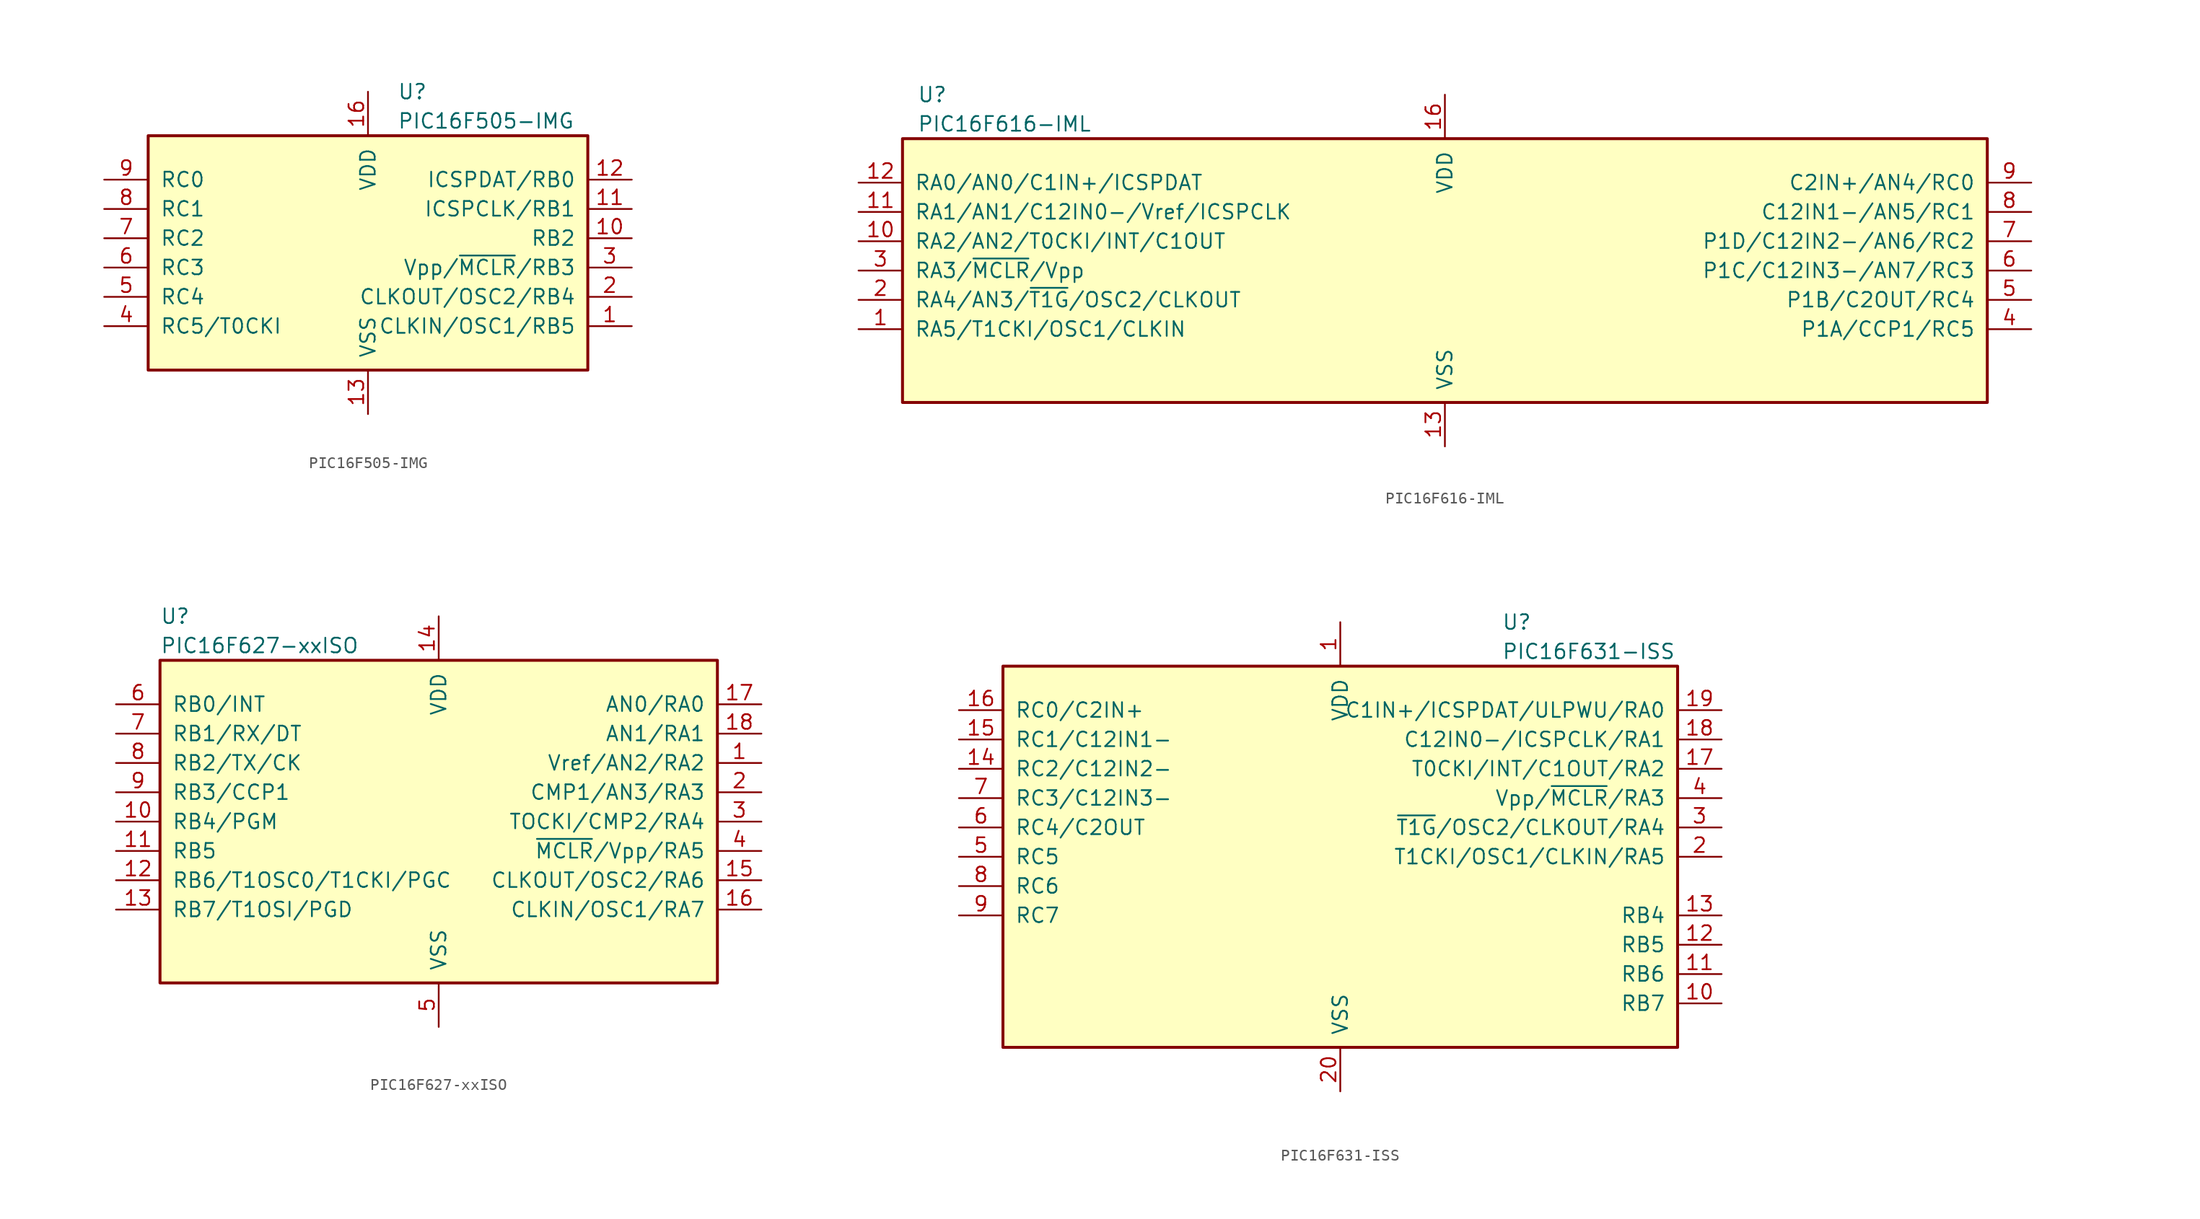
<source format=kicad_sym>
(kicad_symbol_lib
  (version 20231120)
  (generator "kicad_symbol_editor")
  (generator_version "8.0")
  (symbol "PIC16F505-IMG"
    (pin_names
      (offset 1.016))
    (property "Reference" "U"
      (at 2.54 12.7 0)
      (effects (font (size 1.27 1.27)) (justify left)))
    (property "Value" "PIC16F505-IMG"
      (at 2.54 10.16 0)
      (effects (font (size 1.27 1.27)) (justify left)))
    (symbol "PIC16F505-IMG_0_1"
      (rectangle (start -19.05 8.89) (end 19.05 -11.43) (stroke (width 0.254) (type default)) (fill (type background))))
    (symbol "PIC16F505-IMG_1_1"
      (pin bidirectional line (at 22.86 -7.62 180) (length 3.81) (name "CLKIN/OSC1/RB5" (effects (font (size 1.27 1.27)))) (number "1" (effects (font (size 1.27 1.27)))))
      (pin bidirectional line (at 22.86 0 180) (length 3.81) (name "RB2" (effects (font (size 1.27 1.27)))) (number "10" (effects (font (size 1.27 1.27)))))
      (pin bidirectional line (at 22.86 2.54 180) (length 3.81) (name "ICSPCLK/RB1" (effects (font (size 1.27 1.27)))) (number "11" (effects (font (size 1.27 1.27)))))
      (pin bidirectional line (at 22.86 5.08 180) (length 3.81) (name "ICSPDAT/RB0" (effects (font (size 1.27 1.27)))) (number "12" (effects (font (size 1.27 1.27)))))
      (pin power_in line (at 0 -15.24 90) (length 3.81) (name "VSS" (effects (font (size 1.27 1.27)))) (number "13" (effects (font (size 1.27 1.27)))))
      (pin power_in line (at 0 12.7 270) (length 3.81) (name "VDD" (effects (font (size 1.27 1.27)))) (number "16" (effects (font (size 1.27 1.27)))))
      (pin bidirectional line (at 22.86 -5.08 180) (length 3.81) (name "CLKOUT/OSC2/RB4" (effects (font (size 1.27 1.27)))) (number "2" (effects (font (size 1.27 1.27)))))
      (pin input line (at 22.86 -2.54 180) (length 3.81) (name "Vpp/~{MCLR}/RB3" (effects (font (size 1.27 1.27)))) (number "3" (effects (font (size 1.27 1.27)))))
      (pin bidirectional line (at -22.86 -7.62 0) (length 3.81) (name "RC5/T0CKI" (effects (font (size 1.27 1.27)))) (number "4" (effects (font (size 1.27 1.27)))))
      (pin bidirectional line (at -22.86 -5.08 0) (length 3.81) (name "RC4" (effects (font (size 1.27 1.27)))) (number "5" (effects (font (size 1.27 1.27)))))
      (pin bidirectional line (at -22.86 -2.54 0) (length 3.81) (name "RC3" (effects (font (size 1.27 1.27)))) (number "6" (effects (font (size 1.27 1.27)))))
      (pin bidirectional line (at -22.86 0 0) (length 3.81) (name "RC2" (effects (font (size 1.27 1.27)))) (number "7" (effects (font (size 1.27 1.27)))))
      (pin bidirectional line (at -22.86 2.54 0) (length 3.81) (name "RC1" (effects (font (size 1.27 1.27)))) (number "8" (effects (font (size 1.27 1.27)))))
      (pin bidirectional line (at -22.86 5.08 0) (length 3.81) (name "RC0" (effects (font (size 1.27 1.27)))) (number "9" (effects (font (size 1.27 1.27)))))))
  (symbol "PIC16F616-IML"
    (pin_names
      (offset 1.016))
    (property "Reference" "U"
      (at -45.72 15.24 0)
      (effects (font (size 1.27 1.27)) (justify left)))
    (property "Value" "PIC16F616-IML"
      (at -45.72 12.7 0)
      (effects (font (size 1.27 1.27)) (justify left)))
    (symbol "PIC16F616-IML_0_1"
      (rectangle (start -46.99 11.43) (end 46.99 -11.43) (stroke (width 0.254) (type default)) (fill (type background)))
      (pin bidirectional line (at -50.8 -5.08 0) (length 3.81) (name "RA5/T1CKI/OSC1/CLKIN" (effects (font (size 1.27 1.27)))) (number "1" (effects (font (size 1.27 1.27))))))
    (symbol "PIC16F616-IML_1_1"
      (pin bidirectional line (at -50.8 2.54 0) (length 3.81) (name "RA2/AN2/T0CKI/INT/C1OUT" (effects (font (size 1.27 1.27)))) (number "10" (effects (font (size 1.27 1.27)))))
      (pin bidirectional line (at -50.8 5.08 0) (length 3.81) (name "RA1/AN1/C12IN0-/Vref/ICSPCLK" (effects (font (size 1.27 1.27)))) (number "11" (effects (font (size 1.27 1.27)))))
      (pin bidirectional line (at -50.8 7.62 0) (length 3.81) (name "RA0/AN0/C1IN+/ICSPDAT" (effects (font (size 1.27 1.27)))) (number "12" (effects (font (size 1.27 1.27)))))
      (pin power_in line (at 0 -15.24 90) (length 3.81) (name "VSS" (effects (font (size 1.27 1.27)))) (number "13" (effects (font (size 1.27 1.27)))))
      (pin power_in line (at 0 15.24 270) (length 3.81) (name "VDD" (effects (font (size 1.27 1.27)))) (number "16" (effects (font (size 1.27 1.27)))))
      (pin bidirectional line (at -50.8 -2.54 0) (length 3.81) (name "RA4/AN3/~{T1G}/OSC2/CLKOUT" (effects (font (size 1.27 1.27)))) (number "2" (effects (font (size 1.27 1.27)))))
      (pin input line (at -50.8 0 0) (length 3.81) (name "RA3/~{MCLR}/Vpp" (effects (font (size 1.27 1.27)))) (number "3" (effects (font (size 1.27 1.27)))))
      (pin bidirectional line (at 50.8 -5.08 180) (length 3.81) (name "P1A/CCP1/RC5" (effects (font (size 1.27 1.27)))) (number "4" (effects (font (size 1.27 1.27)))))
      (pin bidirectional line (at 50.8 -2.54 180) (length 3.81) (name "P1B/C2OUT/RC4" (effects (font (size 1.27 1.27)))) (number "5" (effects (font (size 1.27 1.27)))))
      (pin bidirectional line (at 50.8 0 180) (length 3.81) (name "P1C/C12IN3-/AN7/RC3" (effects (font (size 1.27 1.27)))) (number "6" (effects (font (size 1.27 1.27)))))
      (pin bidirectional line (at 50.8 2.54 180) (length 3.81) (name "P1D/C12IN2-/AN6/RC2" (effects (font (size 1.27 1.27)))) (number "7" (effects (font (size 1.27 1.27)))))
      (pin bidirectional line (at 50.8 5.08 180) (length 3.81) (name "C12IN1-/AN5/RC1" (effects (font (size 1.27 1.27)))) (number "8" (effects (font (size 1.27 1.27)))))
      (pin bidirectional line (at 50.8 7.62 180) (length 3.81) (name "C2IN+/AN4/RC0" (effects (font (size 1.27 1.27)))) (number "9" (effects (font (size 1.27 1.27)))))))
  (symbol "PIC16F627-xxISO"
    (pin_names
      (offset 1.016))
    (property "Reference" "U"
      (at -24.13 17.78 0)
      (effects (font (size 1.27 1.27)) (justify left)))
    (property "Value" "PIC16F627-xxISO"
      (at -24.13 15.24 0)
      (effects (font (size 1.27 1.27)) (justify left)))
    (symbol "PIC16F627-xxISO_0_1"
      (rectangle (start 24.13 13.97) (end -24.13 -13.97) (stroke (width 0.254) (type default)) (fill (type background))))
    (symbol "PIC16F627-xxISO_1_1"
      (pin bidirectional line (at 27.94 5.08 180) (length 3.81) (name "Vref/AN2/RA2" (effects (font (size 1.27 1.27)))) (number "1" (effects (font (size 1.27 1.27)))))
      (pin bidirectional line (at -27.94 0 0) (length 3.81) (name "RB4/PGM" (effects (font (size 1.27 1.27)))) (number "10" (effects (font (size 1.27 1.27)))))
      (pin bidirectional line (at -27.94 -2.54 0) (length 3.81) (name "RB5" (effects (font (size 1.27 1.27)))) (number "11" (effects (font (size 1.27 1.27)))))
      (pin bidirectional line (at -27.94 -5.08 0) (length 3.81) (name "RB6/T1OSC0/T1CKI/PGC" (effects (font (size 1.27 1.27)))) (number "12" (effects (font (size 1.27 1.27)))))
      (pin bidirectional line (at -27.94 -7.62 0) (length 3.81) (name "RB7/T1OSI/PGD" (effects (font (size 1.27 1.27)))) (number "13" (effects (font (size 1.27 1.27)))))
      (pin power_in line (at 0 17.78 270) (length 3.81) (name "VDD" (effects (font (size 1.27 1.27)))) (number "14" (effects (font (size 1.27 1.27)))))
      (pin bidirectional line (at 27.94 -5.08 180) (length 3.81) (name "CLKOUT/OSC2/RA6" (effects (font (size 1.27 1.27)))) (number "15" (effects (font (size 1.27 1.27)))))
      (pin bidirectional line (at 27.94 -7.62 180) (length 3.81) (name "CLKIN/OSC1/RA7" (effects (font (size 1.27 1.27)))) (number "16" (effects (font (size 1.27 1.27)))))
      (pin bidirectional line (at 27.94 10.16 180) (length 3.81) (name "AN0/RA0" (effects (font (size 1.27 1.27)))) (number "17" (effects (font (size 1.27 1.27)))))
      (pin bidirectional line (at 27.94 7.62 180) (length 3.81) (name "AN1/RA1" (effects (font (size 1.27 1.27)))) (number "18" (effects (font (size 1.27 1.27)))))
      (pin bidirectional line (at 27.94 2.54 180) (length 3.81) (name "CMP1/AN3/RA3" (effects (font (size 1.27 1.27)))) (number "2" (effects (font (size 1.27 1.27)))))
      (pin bidirectional line (at 27.94 0 180) (length 3.81) (name "TOCKI/CMP2/RA4" (effects (font (size 1.27 1.27)))) (number "3" (effects (font (size 1.27 1.27)))))
      (pin input line (at 27.94 -2.54 180) (length 3.81) (name "~{MCLR}/Vpp/RA5" (effects (font (size 1.27 1.27)))) (number "4" (effects (font (size 1.27 1.27)))))
      (pin power_in line (at 0 -17.78 90) (length 3.81) (name "VSS" (effects (font (size 1.27 1.27)))) (number "5" (effects (font (size 1.27 1.27)))))
      (pin bidirectional line (at -27.94 10.16 0) (length 3.81) (name "RB0/INT" (effects (font (size 1.27 1.27)))) (number "6" (effects (font (size 1.27 1.27)))))
      (pin bidirectional line (at -27.94 7.62 0) (length 3.81) (name "RB1/RX/DT" (effects (font (size 1.27 1.27)))) (number "7" (effects (font (size 1.27 1.27)))))
      (pin bidirectional line (at -27.94 5.08 0) (length 3.81) (name "RB2/TX/CK" (effects (font (size 1.27 1.27)))) (number "8" (effects (font (size 1.27 1.27)))))
      (pin bidirectional line (at -27.94 2.54 0) (length 3.81) (name "RB3/CCP1" (effects (font (size 1.27 1.27)))) (number "9" (effects (font (size 1.27 1.27)))))))
  (symbol "PIC16F631-ISS"
    (pin_names
      (offset 1.016))
    (property "Reference" "U"
      (at 13.97 20.32 0)
      (effects (font (size 1.27 1.27)) (justify left)))
    (property "Value" "PIC16F631-ISS"
      (at 13.97 17.78 0)
      (effects (font (size 1.27 1.27)) (justify left)))
    (symbol "PIC16F631-ISS_0_1"
      (rectangle (start -29.21 16.51) (end 29.21 -16.51) (stroke (width 0.254) (type default)) (fill (type background))))
    (symbol "PIC16F631-ISS_1_1"
      (pin power_in line (at 0 20.32 270) (length 3.81) (name "VDD" (effects (font (size 1.27 1.27)))) (number "1" (effects (font (size 1.27 1.27)))))
      (pin bidirectional line (at 33.02 -12.7 180) (length 3.81) (name "RB7" (effects (font (size 1.27 1.27)))) (number "10" (effects (font (size 1.27 1.27)))))
      (pin bidirectional line (at 33.02 -10.16 180) (length 3.81) (name "RB6" (effects (font (size 1.27 1.27)))) (number "11" (effects (font (size 1.27 1.27)))))
      (pin bidirectional line (at 33.02 -7.62 180) (length 3.81) (name "RB5" (effects (font (size 1.27 1.27)))) (number "12" (effects (font (size 1.27 1.27)))))
      (pin bidirectional line (at 33.02 -5.08 180) (length 3.81) (name "RB4" (effects (font (size 1.27 1.27)))) (number "13" (effects (font (size 1.27 1.27)))))
      (pin bidirectional line (at -33.02 7.62 0) (length 3.81) (name "RC2/C12IN2-" (effects (font (size 1.27 1.27)))) (number "14" (effects (font (size 1.27 1.27)))))
      (pin bidirectional line (at -33.02 10.16 0) (length 3.81) (name "RC1/C12IN1-" (effects (font (size 1.27 1.27)))) (number "15" (effects (font (size 1.27 1.27)))))
      (pin bidirectional line (at -33.02 12.7 0) (length 3.81) (name "RC0/C2IN+" (effects (font (size 1.27 1.27)))) (number "16" (effects (font (size 1.27 1.27)))))
      (pin bidirectional line (at 33.02 7.62 180) (length 3.81) (name "T0CKI/INT/C1OUT/RA2" (effects (font (size 1.27 1.27)))) (number "17" (effects (font (size 1.27 1.27)))))
      (pin bidirectional line (at 33.02 10.16 180) (length 3.81) (name "C12IN0-/ICSPCLK/RA1" (effects (font (size 1.27 1.27)))) (number "18" (effects (font (size 1.27 1.27)))))
      (pin bidirectional line (at 33.02 12.7 180) (length 3.81) (name "C1IN+/ICSPDAT/ULPWU/RA0" (effects (font (size 1.27 1.27)))) (number "19" (effects (font (size 1.27 1.27)))))
      (pin bidirectional line (at 33.02 0 180) (length 3.81) (name "T1CKI/OSC1/CLKIN/RA5" (effects (font (size 1.27 1.27)))) (number "2" (effects (font (size 1.27 1.27)))))
      (pin power_in line (at 0 -20.32 90) (length 3.81) (name "VSS" (effects (font (size 1.27 1.27)))) (number "20" (effects (font (size 1.27 1.27)))))
      (pin bidirectional line (at 33.02 2.54 180) (length 3.81) (name "~{T1G}/OSC2/CLKOUT/RA4" (effects (font (size 1.27 1.27)))) (number "3" (effects (font (size 1.27 1.27)))))
      (pin input line (at 33.02 5.08 180) (length 3.81) (name "Vpp/~{MCLR}/RA3" (effects (font (size 1.27 1.27)))) (number "4" (effects (font (size 1.27 1.27)))))
      (pin bidirectional line (at -33.02 0 0) (length 3.81) (name "RC5" (effects (font (size 1.27 1.27)))) (number "5" (effects (font (size 1.27 1.27)))))
      (pin bidirectional line (at -33.02 2.54 0) (length 3.81) (name "RC4/C2OUT" (effects (font (size 1.27 1.27)))) (number "6" (effects (font (size 1.27 1.27)))))
      (pin bidirectional line (at -33.02 5.08 0) (length 3.81) (name "RC3/C12IN3-" (effects (font (size 1.27 1.27)))) (number "7" (effects (font (size 1.27 1.27)))))
      (pin bidirectional line (at -33.02 -2.54 0) (length 3.81) (name "RC6" (effects (font (size 1.27 1.27)))) (number "8" (effects (font (size 1.27 1.27)))))
      (pin bidirectional line (at -33.02 -5.08 0) (length 3.81) (name "RC7" (effects (font (size 1.27 1.27)))) (number "9" (effects (font (size 1.27 1.27))))))))
</source>
